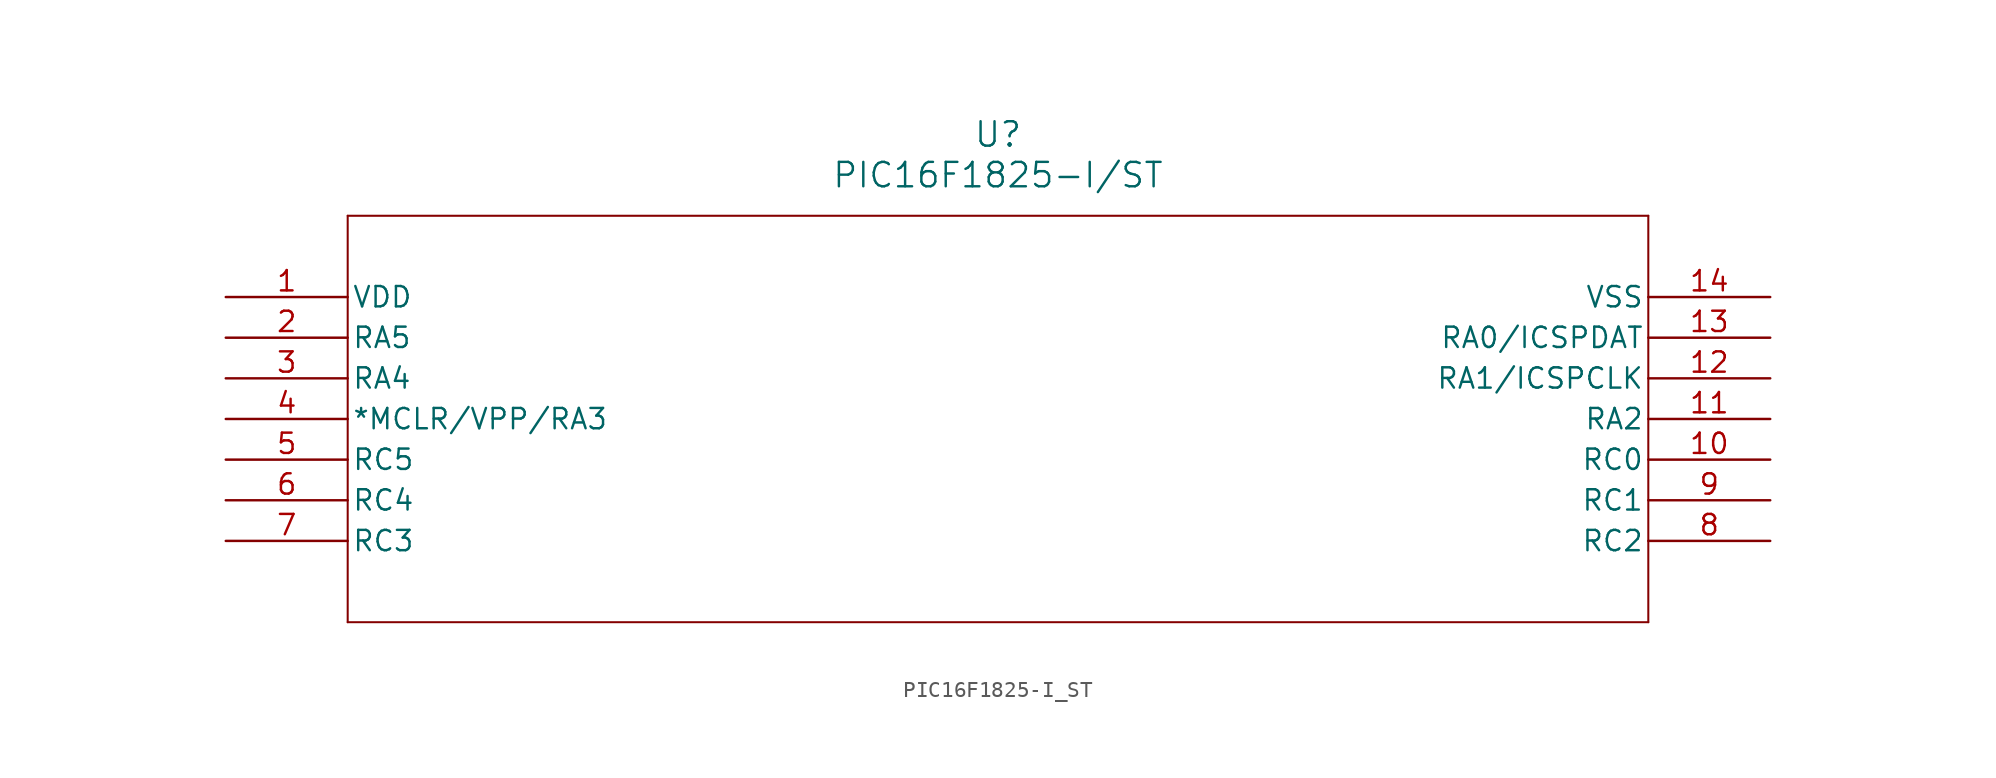
<source format=kicad_sym>
(kicad_symbol_lib
  (version 20211014)
  (generator kicad_symbol_editor)
  (symbol "PIC16F1825-I_ST"
    (pin_names
      (offset 0.254))
    (property "Reference" "U"
      (at 48.26 10.16 0)
      (effects (font (size 1.524 1.524))))
    (property "Value" "PIC16F1825-I/ST"
      (at 48.26 7.62 0)
      (effects (font (size 1.524 1.524))))
    (symbol "PIC16F1825-I_ST_0_1"
      (polyline (pts (xy 7.62 5.08) (xy 7.62 -20.32)) (stroke (width 0.127) (type default) (color 0 0 0 0)) (fill (type none)))
      (polyline (pts (xy 7.62 -20.32) (xy 88.9 -20.32)) (stroke (width 0.127) (type default) (color 0 0 0 0)) (fill (type none)))
      (polyline (pts (xy 88.9 -20.32) (xy 88.9 5.08)) (stroke (width 0.127) (type default) (color 0 0 0 0)) (fill (type none)))
      (polyline (pts (xy 88.9 5.08) (xy 7.62 5.08)) (stroke (width 0.127) (type default) (color 0 0 0 0)) (fill (type none)))
      (pin power_in line (at 0 0 0) (length 7.62) (name "VDD" (effects (font (size 1.27 1.27)))) (number "1" (effects (font (size 1.27 1.27)))))
      (pin bidirectional line (at 0 -2.54 0) (length 7.62) (name "RA5" (effects (font (size 1.27 1.27)))) (number "2" (effects (font (size 1.27 1.27)))))
      (pin bidirectional line (at 0 -5.08 0) (length 7.62) (name "RA4" (effects (font (size 1.27 1.27)))) (number "3" (effects (font (size 1.27 1.27)))))
      (pin bidirectional line (at 0 -7.62 0) (length 7.62) (name "*MCLR/VPP/RA3" (effects (font (size 1.27 1.27)))) (number "4" (effects (font (size 1.27 1.27)))))
      (pin bidirectional line (at 0 -10.16 0) (length 7.62) (name "RC5" (effects (font (size 1.27 1.27)))) (number "5" (effects (font (size 1.27 1.27)))))
      (pin bidirectional line (at 0 -12.7 0) (length 7.62) (name "RC4" (effects (font (size 1.27 1.27)))) (number "6" (effects (font (size 1.27 1.27)))))
      (pin bidirectional line (at 0 -15.24 0) (length 7.62) (name "RC3" (effects (font (size 1.27 1.27)))) (number "7" (effects (font (size 1.27 1.27)))))
      (pin bidirectional line (at 96.52 -15.24 180) (length 7.62) (name "RC2" (effects (font (size 1.27 1.27)))) (number "8" (effects (font (size 1.27 1.27)))))
      (pin bidirectional line (at 96.52 -12.7 180) (length 7.62) (name "RC1" (effects (font (size 1.27 1.27)))) (number "9" (effects (font (size 1.27 1.27)))))
      (pin bidirectional line (at 96.52 -10.16 180) (length 7.62) (name "RC0" (effects (font (size 1.27 1.27)))) (number "10" (effects (font (size 1.27 1.27)))))
      (pin bidirectional line (at 96.52 -7.62 180) (length 7.62) (name "RA2" (effects (font (size 1.27 1.27)))) (number "11" (effects (font (size 1.27 1.27)))))
      (pin bidirectional line (at 96.52 -5.08 180) (length 7.62) (name "RA1/ICSPCLK" (effects (font (size 1.27 1.27)))) (number "12" (effects (font (size 1.27 1.27)))))
      (pin bidirectional line (at 96.52 -2.54 180) (length 7.62) (name "RA0/ICSPDAT" (effects (font (size 1.27 1.27)))) (number "13" (effects (font (size 1.27 1.27)))))
      (pin power_in line (at 96.52 0 180) (length 7.62) (name "VSS" (effects (font (size 1.27 1.27)))) (number "14" (effects (font (size 1.27 1.27))))))))
</source>
